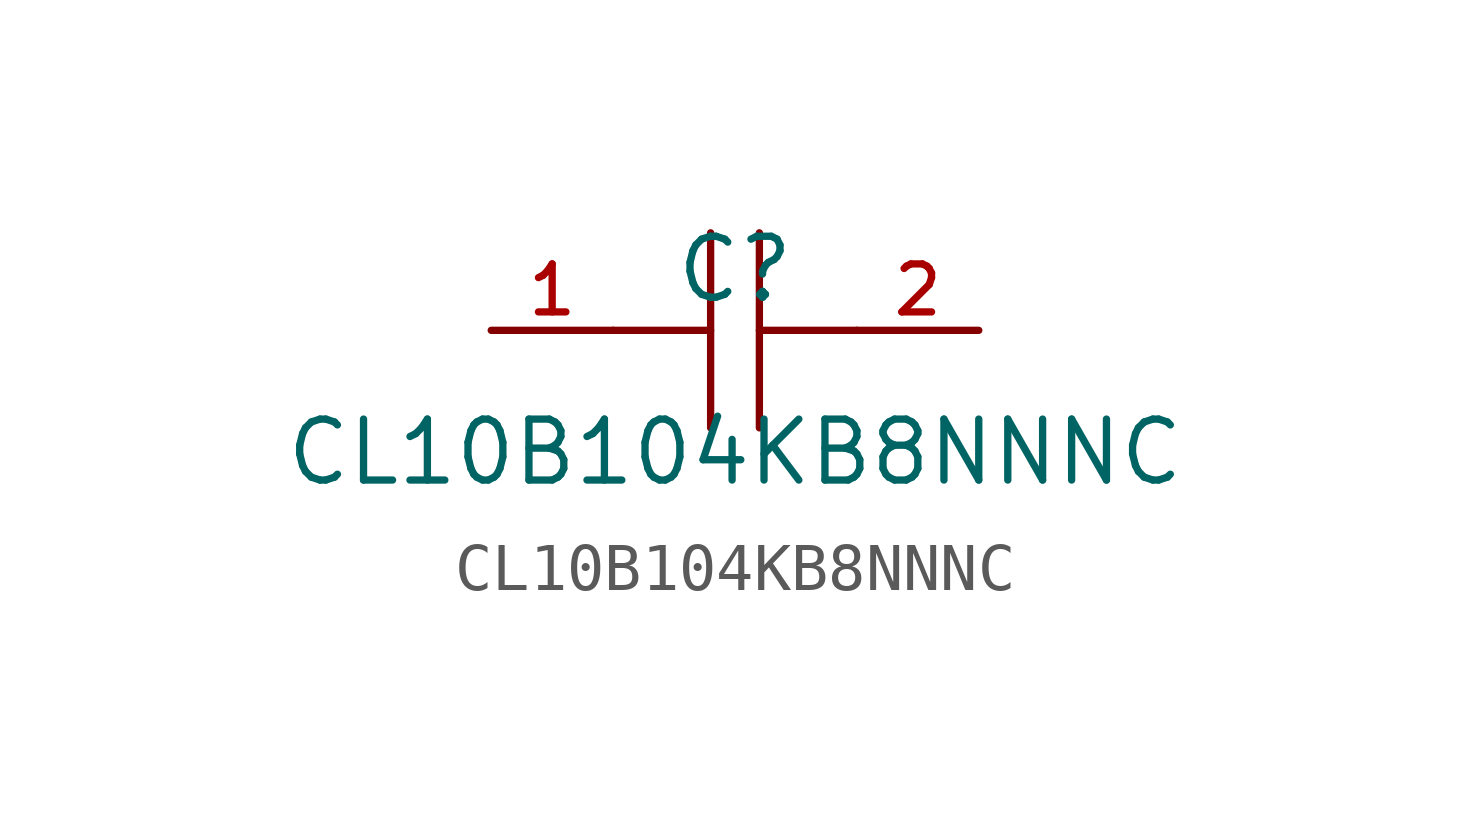
<source format=kicad_sym>
(kicad_symbol_lib
  (version 20210201)
  (generator TousstNicolas/JLC2KiCad_lib)
  (symbol "CL10B104KB8NNNC"
    (pin_names hide)
    (property "Reference" "C"
      (at 0 1.27 0)
      (effects (font (size 1.27 1.27))))
    (property "Value" "CL10B104KB8NNNC"
      (at 0 -2.54 0)
      (effects (font (size 1.27 1.27))))
    (symbol "CL10B104KB8NNNC_0_1"
      (polyline (pts (xy -0.508 -2.032) (xy -0.508 2.032)) (stroke (width 0) (type default) (color 0 0 0 0)) (fill (type none)))
      (pin unspecified line (at -5.08 -0.0 0) (length 2.54) (name "1" (effects (font (size 1 1)))) (number "1" (effects (font (size 1 1)))))
      (polyline (pts (xy 2.54 -0.0) (xy 0.508 -0.0)) (stroke (width 0) (type default) (color 0 0 0 0)) (fill (type none)))
      (polyline (pts (xy 0.508 2.032) (xy 0.508 -2.032)) (stroke (width 0) (type default) (color 0 0 0 0)) (fill (type none)))
      (pin unspecified line (at 5.08 -0.0 180) (length 2.54) (name "2" (effects (font (size 1 1)))) (number "2" (effects (font (size 1 1)))))
      (polyline (pts (xy -0.508 -0.0) (xy -2.54 -0.0)) (stroke (width 0) (type default) (color 0 0 0 0)) (fill (type none))))))
</source>
